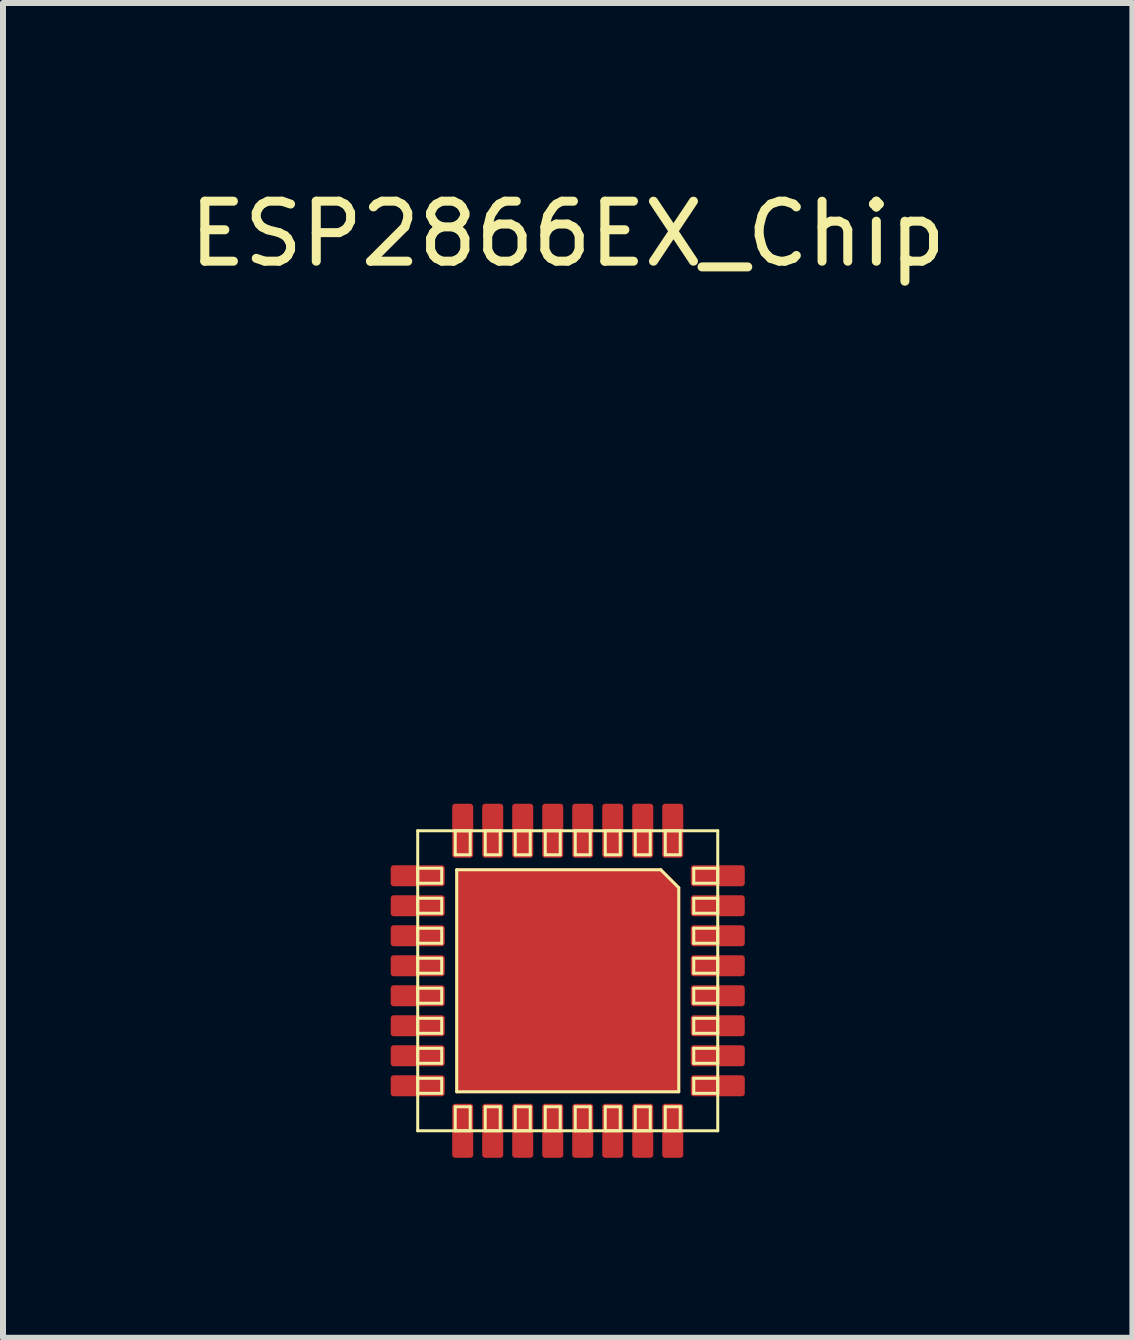
<source format=kicad_pcb>
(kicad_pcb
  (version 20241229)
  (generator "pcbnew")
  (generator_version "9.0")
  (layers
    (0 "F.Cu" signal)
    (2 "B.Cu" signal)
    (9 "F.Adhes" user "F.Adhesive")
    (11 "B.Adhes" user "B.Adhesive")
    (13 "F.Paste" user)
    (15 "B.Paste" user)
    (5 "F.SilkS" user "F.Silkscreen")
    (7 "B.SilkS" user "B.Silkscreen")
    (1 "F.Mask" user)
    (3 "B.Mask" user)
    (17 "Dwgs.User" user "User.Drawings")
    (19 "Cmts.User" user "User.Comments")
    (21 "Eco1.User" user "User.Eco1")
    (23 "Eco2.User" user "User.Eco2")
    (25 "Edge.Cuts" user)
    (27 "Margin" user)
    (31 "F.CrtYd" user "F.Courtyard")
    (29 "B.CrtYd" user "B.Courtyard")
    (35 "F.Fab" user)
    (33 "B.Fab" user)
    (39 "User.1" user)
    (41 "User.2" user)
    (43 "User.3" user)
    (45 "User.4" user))
  (footprint "ESP2866EX_Chip"
    (layer "F.Cu")
    (at 6.411 13.294)
    (property "Reference" "ESP2866EX_Chip" (at 0 -12.446 0) (layer "F.SilkS") (effects (font (size 1 1) (thickness 0.15))))
    (attr through_hole)
    (fp_poly (pts (xy -2.1 -1.875) (xy -2.1 -1.625) (xy -2.9 -1.625) (xy -2.9 -1.875)) (stroke (width 0.1) (type solid)) (fill yes) (layer "F.Cu"))
    (fp_poly (pts (xy -2.1 -1.375) (xy -2.1 -1.125) (xy -2.9 -1.125) (xy -2.9 -1.375)) (stroke (width 0.1) (type solid)) (fill yes) (layer "F.Cu"))
    (fp_poly (pts (xy -2.1 -0.875) (xy -2.1 -0.625) (xy -2.9 -0.625) (xy -2.9 -0.875)) (stroke (width 0.1) (type solid)) (fill yes) (layer "F.Cu"))
    (fp_poly (pts (xy -2.1 -0.375) (xy -2.1 -0.125) (xy -2.9 -0.125) (xy -2.9 -0.375)) (stroke (width 0.1) (type solid)) (fill yes) (layer "F.Cu"))
    (fp_poly (pts (xy -2.1 0.125) (xy -2.1 0.375) (xy -2.9 0.375) (xy -2.9 0.125)) (stroke (width 0.1) (type solid)) (fill yes) (layer "F.Cu"))
    (fp_poly (pts (xy -2.1 0.625) (xy -2.1 0.875) (xy -2.9 0.875) (xy -2.9 0.625)) (stroke (width 0.1) (type solid)) (fill yes) (layer "F.Cu"))
    (fp_poly (pts (xy -2.1 1.125) (xy -2.1 1.375) (xy -2.9 1.375) (xy -2.9 1.125)) (stroke (width 0.1) (type solid)) (fill yes) (layer "F.Cu"))
    (fp_poly (pts (xy -2.1 1.625) (xy -2.1 1.875) (xy -2.9 1.875) (xy -2.9 1.625)) (stroke (width 0.1) (type solid)) (fill yes) (layer "F.Cu"))
    (fp_poly (pts (xy -1.625 -2.1) (xy -1.875 -2.1) (xy -1.875 -2.9) (xy -1.625 -2.9)) (stroke (width 0.1) (type solid)) (fill yes) (layer "F.Cu"))
    (fp_poly (pts (xy -1.625 2.9) (xy -1.875 2.9) (xy -1.875 2.1) (xy -1.625 2.1)) (stroke (width 0.1) (type solid)) (fill yes) (layer "F.Cu"))
    (fp_poly (pts (xy -1.125 -2.1) (xy -1.375 -2.1) (xy -1.375 -2.9) (xy -1.125 -2.9)) (stroke (width 0.1) (type solid)) (fill yes) (layer "F.Cu"))
    (fp_poly (pts (xy -1.125 2.9) (xy -1.375 2.9) (xy -1.375 2.1) (xy -1.125 2.1)) (stroke (width 0.1) (type solid)) (fill yes) (layer "F.Cu"))
    (fp_poly (pts (xy -0.625 -2.1) (xy -0.875 -2.1) (xy -0.875 -2.9) (xy -0.625 -2.9)) (stroke (width 0.1) (type solid)) (fill yes) (layer "F.Cu"))
    (fp_poly (pts (xy -0.625 2.9) (xy -0.875 2.9) (xy -0.875 2.1) (xy -0.625 2.1)) (stroke (width 0.1) (type solid)) (fill yes) (layer "F.Cu"))
    (fp_poly (pts (xy -0.125 -2.1) (xy -0.375 -2.1) (xy -0.375 -2.9) (xy -0.125 -2.9)) (stroke (width 0.1) (type solid)) (fill yes) (layer "F.Cu"))
    (fp_poly (pts (xy -0.125 2.9) (xy -0.375 2.9) (xy -0.375 2.1) (xy -0.125 2.1)) (stroke (width 0.1) (type solid)) (fill yes) (layer "F.Cu"))
    (fp_poly (pts (xy 0.375 -2.1) (xy 0.125 -2.1) (xy 0.125 -2.9) (xy 0.375 -2.9)) (stroke (width 0.1) (type solid)) (fill yes) (layer "F.Cu"))
    (fp_poly (pts (xy 0.375 2.9) (xy 0.125 2.9) (xy 0.125 2.1) (xy 0.375 2.1)) (stroke (width 0.1) (type solid)) (fill yes) (layer "F.Cu"))
    (fp_poly (pts (xy 0.875 -2.1) (xy 0.625 -2.1) (xy 0.625 -2.9) (xy 0.875 -2.9)) (stroke (width 0.1) (type solid)) (fill yes) (layer "F.Cu"))
    (fp_poly (pts (xy 0.875 2.9) (xy 0.625 2.9) (xy 0.625 2.1) (xy 0.875 2.1)) (stroke (width 0.1) (type solid)) (fill yes) (layer "F.Cu"))
    (fp_poly (pts (xy 1.375 -2.1) (xy 1.125 -2.1) (xy 1.125 -2.9) (xy 1.375 -2.9)) (stroke (width 0.1) (type solid)) (fill yes) (layer "F.Cu"))
    (fp_poly (pts (xy 1.375 2.9) (xy 1.125 2.9) (xy 1.125 2.1) (xy 1.375 2.1)) (stroke (width 0.1) (type solid)) (fill yes) (layer "F.Cu"))
    (fp_poly (pts (xy 1.875 -2.1) (xy 1.625 -2.1) (xy 1.625 -2.9) (xy 1.875 -2.9)) (stroke (width 0.1) (type solid)) (fill yes) (layer "F.Cu"))
    (fp_poly (pts (xy 1.875 2.9) (xy 1.625 2.9) (xy 1.625 2.1) (xy 1.875 2.1)) (stroke (width 0.1) (type solid)) (fill yes) (layer "F.Cu"))
    (fp_poly (pts (xy 2.9 -1.875) (xy 2.9 -1.625) (xy 2.1 -1.625) (xy 2.1 -1.875)) (stroke (width 0.1) (type solid)) (fill yes) (layer "F.Cu"))
    (fp_poly (pts (xy 2.9 -1.375) (xy 2.9 -1.125) (xy 2.1 -1.125) (xy 2.1 -1.375)) (stroke (width 0.1) (type solid)) (fill yes) (layer "F.Cu"))
    (fp_poly (pts (xy 2.9 -0.875) (xy 2.9 -0.625) (xy 2.1 -0.625) (xy 2.1 -0.875)) (stroke (width 0.1) (type solid)) (fill yes) (layer "F.Cu"))
    (fp_poly (pts (xy 2.9 -0.375) (xy 2.9 -0.125) (xy 2.1 -0.125) (xy 2.1 -0.375)) (stroke (width 0.1) (type solid)) (fill yes) (layer "F.Cu"))
    (fp_poly (pts (xy 2.9 0.125) (xy 2.9 0.375) (xy 2.1 0.375) (xy 2.1 0.125)) (stroke (width 0.1) (type solid)) (fill yes) (layer "F.Cu"))
    (fp_poly (pts (xy 2.9 0.625) (xy 2.9 0.875) (xy 2.1 0.875) (xy 2.1 0.625)) (stroke (width 0.1) (type solid)) (fill yes) (layer "F.Cu"))
    (fp_poly (pts (xy 2.9 1.125) (xy 2.9 1.375) (xy 2.1 1.375) (xy 2.1 1.125)) (stroke (width 0.1) (type solid)) (fill yes) (layer "F.Cu"))
    (fp_poly (pts (xy 2.9 1.625) (xy 2.9 1.875) (xy 2.1 1.875) (xy 2.1 1.625)) (stroke (width 0.1) (type solid)) (fill yes) (layer "F.Cu"))
    (fp_poly (pts (xy 1.85 -1.55) (xy 1.85 1.85) (xy -1.85 1.85) (xy -1.85 -1.85) (xy 1.55 -1.85)) (stroke (width 0.05) (type solid)) (fill yes) (layer "F.Cu"))
    (fp_line (start -2.5 -2.5) (end 2.5 -2.5) (stroke (width 0.05) (type solid)) (layer "F.SilkS"))
    (fp_line (start -2.5 -1.875) (end -2.1 -1.875) (stroke (width 0.05) (type solid)) (layer "F.SilkS"))
    (fp_line (start -2.5 -1.625) (end -2.5 -1.875) (stroke (width 0.05) (type solid)) (layer "F.SilkS"))
    (fp_line (start -2.5 -1.625) (end -2.1 -1.625) (stroke (width 0.05) (type solid)) (layer "F.SilkS"))
    (fp_line (start -2.5 -1.375) (end -2.1 -1.375) (stroke (width 0.05) (type solid)) (layer "F.SilkS"))
    (fp_line (start -2.5 -1.125) (end -2.5 -1.375) (stroke (width 0.05) (type solid)) (layer "F.SilkS"))
    (fp_line (start -2.5 -1.125) (end -2.1 -1.125) (stroke (width 0.05) (type solid)) (layer "F.SilkS"))
    (fp_line (start -2.5 -0.875) (end -2.1 -0.875) (stroke (width 0.05) (type solid)) (layer "F.SilkS"))
    (fp_line (start -2.5 -0.625) (end -2.5 -0.875) (stroke (width 0.05) (type solid)) (layer "F.SilkS"))
    (fp_line (start -2.5 -0.625) (end -2.1 -0.625) (stroke (width 0.05) (type solid)) (layer "F.SilkS"))
    (fp_line (start -2.5 -0.375) (end -2.1 -0.375) (stroke (width 0.05) (type solid)) (layer "F.SilkS"))
    (fp_line (start -2.5 -0.125) (end -2.5 -0.375) (stroke (width 0.05) (type solid)) (layer "F.SilkS"))
    (fp_line (start -2.5 -0.125) (end -2.1 -0.125) (stroke (width 0.05) (type solid)) (layer "F.SilkS"))
    (fp_line (start -2.5 0.125) (end -2.1 0.125) (stroke (width 0.05) (type solid)) (layer "F.SilkS"))
    (fp_line (start -2.5 0.375) (end -2.5 0.125) (stroke (width 0.05) (type solid)) (layer "F.SilkS"))
    (fp_line (start -2.5 0.375) (end -2.1 0.375) (stroke (width 0.05) (type solid)) (layer "F.SilkS"))
    (fp_line (start -2.5 0.625) (end -2.1 0.625) (stroke (width 0.05) (type solid)) (layer "F.SilkS"))
    (fp_line (start -2.5 0.875) (end -2.5 0.625) (stroke (width 0.05) (type solid)) (layer "F.SilkS"))
    (fp_line (start -2.5 0.875) (end -2.1 0.875) (stroke (width 0.05) (type solid)) (layer "F.SilkS"))
    (fp_line (start -2.5 1.125) (end -2.1 1.125) (stroke (width 0.05) (type solid)) (layer "F.SilkS"))
    (fp_line (start -2.5 1.375) (end -2.5 1.125) (stroke (width 0.05) (type solid)) (layer "F.SilkS"))
    (fp_line (start -2.5 1.375) (end -2.1 1.375) (stroke (width 0.05) (type solid)) (layer "F.SilkS"))
    (fp_line (start -2.5 1.625) (end -2.1 1.625) (stroke (width 0.05) (type solid)) (layer "F.SilkS"))
    (fp_line (start -2.5 1.875) (end -2.5 1.625) (stroke (width 0.05) (type solid)) (layer "F.SilkS"))
    (fp_line (start -2.5 1.875) (end -2.1 1.875) (stroke (width 0.05) (type solid)) (layer "F.SilkS"))
    (fp_line (start -2.5 2.5) (end -2.5 -2.5) (stroke (width 0.05) (type solid)) (layer "F.SilkS"))
    (fp_line (start -2.5 2.5) (end 2.5 2.5) (stroke (width 0.05) (type solid)) (layer "F.SilkS"))
    (fp_line (start -2.1 -1.625) (end -2.1 -1.875) (stroke (width 0.05) (type solid)) (layer "F.SilkS"))
    (fp_line (start -2.1 -1.125) (end -2.1 -1.375) (stroke (width 0.05) (type solid)) (layer "F.SilkS"))
    (fp_line (start -2.1 -0.625) (end -2.1 -0.875) (stroke (width 0.05) (type solid)) (layer "F.SilkS"))
    (fp_line (start -2.1 -0.125) (end -2.1 -0.375) (stroke (width 0.05) (type solid)) (layer "F.SilkS"))
    (fp_line (start -2.1 0.375) (end -2.1 0.125) (stroke (width 0.05) (type solid)) (layer "F.SilkS"))
    (fp_line (start -2.1 0.875) (end -2.1 0.625) (stroke (width 0.05) (type solid)) (layer "F.SilkS"))
    (fp_line (start -2.1 1.375) (end -2.1 1.125) (stroke (width 0.05) (type solid)) (layer "F.SilkS"))
    (fp_line (start -2.1 1.875) (end -2.1 1.625) (stroke (width 0.05) (type solid)) (layer "F.SilkS"))
    (fp_line (start -1.875 -2.5) (end -1.875 -2.1) (stroke (width 0.05) (type solid)) (layer "F.SilkS"))
    (fp_line (start -1.875 -2.5) (end -1.625 -2.5) (stroke (width 0.05) (type solid)) (layer "F.SilkS"))
    (fp_line (start -1.875 -2.1) (end -1.625 -2.1) (stroke (width 0.05) (type solid)) (layer "F.SilkS"))
    (fp_line (start -1.875 2.5) (end -1.875 2.1) (stroke (width 0.05) (type solid)) (layer "F.SilkS"))
    (fp_line (start -1.85 -1.85) (end 1.55 -1.85) (stroke (width 0.05) (type solid)) (layer "F.SilkS"))
    (fp_line (start -1.85 1.85) (end -1.85 -1.85) (stroke (width 0.05) (type solid)) (layer "F.SilkS"))
    (fp_line (start -1.85 1.85) (end 1.85 1.85) (stroke (width 0.05) (type solid)) (layer "F.SilkS"))
    (fp_line (start -1.625 -2.5) (end -1.625 -2.1) (stroke (width 0.05) (type solid)) (layer "F.SilkS"))
    (fp_line (start -1.625 2.1) (end -1.875 2.1) (stroke (width 0.05) (type solid)) (layer "F.SilkS"))
    (fp_line (start -1.625 2.5) (end -1.875 2.5) (stroke (width 0.05) (type solid)) (layer "F.SilkS"))
    (fp_line (start -1.625 2.5) (end -1.625 2.1) (stroke (width 0.05) (type solid)) (layer "F.SilkS"))
    (fp_line (start -1.375 -2.5) (end -1.375 -2.1) (stroke (width 0.05) (type solid)) (layer "F.SilkS"))
    (fp_line (start -1.375 -2.5) (end -1.125 -2.5) (stroke (width 0.05) (type solid)) (layer "F.SilkS"))
    (fp_line (start -1.375 -2.1) (end -1.125 -2.1) (stroke (width 0.05) (type solid)) (layer "F.SilkS"))
    (fp_line (start -1.375 2.5) (end -1.375 2.1) (stroke (width 0.05) (type solid)) (layer "F.SilkS"))
    (fp_line (start -1.125 -2.5) (end -1.125 -2.1) (stroke (width 0.05) (type solid)) (layer "F.SilkS"))
    (fp_line (start -1.125 2.1) (end -1.375 2.1) (stroke (width 0.05) (type solid)) (layer "F.SilkS"))
    (fp_line (start -1.125 2.5) (end -1.375 2.5) (stroke (width 0.05) (type solid)) (layer "F.SilkS"))
    (fp_line (start -1.125 2.5) (end -1.125 2.1) (stroke (width 0.05) (type solid)) (layer "F.SilkS"))
    (fp_line (start -0.875 -2.5) (end -0.875 -2.1) (stroke (width 0.05) (type solid)) (layer "F.SilkS"))
    (fp_line (start -0.875 -2.5) (end -0.625 -2.5) (stroke (width 0.05) (type solid)) (layer "F.SilkS"))
    (fp_line (start -0.875 -2.1) (end -0.625 -2.1) (stroke (width 0.05) (type solid)) (layer "F.SilkS"))
    (fp_line (start -0.875 2.5) (end -0.875 2.1) (stroke (width 0.05) (type solid)) (layer "F.SilkS"))
    (fp_line (start -0.625 -2.5) (end -0.625 -2.1) (stroke (width 0.05) (type solid)) (layer "F.SilkS"))
    (fp_line (start -0.625 2.1) (end -0.875 2.1) (stroke (width 0.05) (type solid)) (layer "F.SilkS"))
    (fp_line (start -0.625 2.5) (end -0.875 2.5) (stroke (width 0.05) (type solid)) (layer "F.SilkS"))
    (fp_line (start -0.625 2.5) (end -0.625 2.1) (stroke (width 0.05) (type solid)) (layer "F.SilkS"))
    (fp_line (start -0.375 -2.5) (end -0.375 -2.1) (stroke (width 0.05) (type solid)) (layer "F.SilkS"))
    (fp_line (start -0.375 -2.5) (end -0.125 -2.5) (stroke (width 0.05) (type solid)) (layer "F.SilkS"))
    (fp_line (start -0.375 -2.1) (end -0.125 -2.1) (stroke (width 0.05) (type solid)) (layer "F.SilkS"))
    (fp_line (start -0.375 2.5) (end -0.375 2.1) (stroke (width 0.05) (type solid)) (layer "F.SilkS"))
    (fp_line (start -0.125 -2.5) (end -0.125 -2.1) (stroke (width 0.05) (type solid)) (layer "F.SilkS"))
    (fp_line (start -0.125 2.1) (end -0.375 2.1) (stroke (width 0.05) (type solid)) (layer "F.SilkS"))
    (fp_line (start -0.125 2.5) (end -0.375 2.5) (stroke (width 0.05) (type solid)) (layer "F.SilkS"))
    (fp_line (start -0.125 2.5) (end -0.125 2.1) (stroke (width 0.05) (type solid)) (layer "F.SilkS"))
    (fp_line (start 0.125 -2.5) (end 0.125 -2.1) (stroke (width 0.05) (type solid)) (layer "F.SilkS"))
    (fp_line (start 0.125 -2.5) (end 0.375 -2.5) (stroke (width 0.05) (type solid)) (layer "F.SilkS"))
    (fp_line (start 0.125 -2.1) (end 0.375 -2.1) (stroke (width 0.05) (type solid)) (layer "F.SilkS"))
    (fp_line (start 0.125 2.5) (end 0.125 2.1) (stroke (width 0.05) (type solid)) (layer "F.SilkS"))
    (fp_line (start 0.375 -2.5) (end 0.375 -2.1) (stroke (width 0.05) (type solid)) (layer "F.SilkS"))
    (fp_line (start 0.375 2.1) (end 0.125 2.1) (stroke (width 0.05) (type solid)) (layer "F.SilkS"))
    (fp_line (start 0.375 2.5) (end 0.125 2.5) (stroke (width 0.05) (type solid)) (layer "F.SilkS"))
    (fp_line (start 0.375 2.5) (end 0.375 2.1) (stroke (width 0.05) (type solid)) (layer "F.SilkS"))
    (fp_line (start 0.625 -2.5) (end 0.625 -2.1) (stroke (width 0.05) (type solid)) (layer "F.SilkS"))
    (fp_line (start 0.625 -2.5) (end 0.875 -2.5) (stroke (width 0.05) (type solid)) (layer "F.SilkS"))
    (fp_line (start 0.625 -2.1) (end 0.875 -2.1) (stroke (width 0.05) (type solid)) (layer "F.SilkS"))
    (fp_line (start 0.625 2.5) (end 0.625 2.1) (stroke (width 0.05) (type solid)) (layer "F.SilkS"))
    (fp_line (start 0.875 -2.5) (end 0.875 -2.1) (stroke (width 0.05) (type solid)) (layer "F.SilkS"))
    (fp_line (start 0.875 2.1) (end 0.625 2.1) (stroke (width 0.05) (type solid)) (layer "F.SilkS"))
    (fp_line (start 0.875 2.5) (end 0.625 2.5) (stroke (width 0.05) (type solid)) (layer "F.SilkS"))
    (fp_line (start 0.875 2.5) (end 0.875 2.1) (stroke (width 0.05) (type solid)) (layer "F.SilkS"))
    (fp_line (start 1.125 -2.5) (end 1.125 -2.1) (stroke (width 0.05) (type solid)) (layer "F.SilkS"))
    (fp_line (start 1.125 -2.5) (end 1.375 -2.5) (stroke (width 0.05) (type solid)) (layer "F.SilkS"))
    (fp_line (start 1.125 -2.1) (end 1.375 -2.1) (stroke (width 0.05) (type solid)) (layer "F.SilkS"))
    (fp_line (start 1.125 2.5) (end 1.125 2.1) (stroke (width 0.05) (type solid)) (layer "F.SilkS"))
    (fp_line (start 1.375 -2.5) (end 1.375 -2.1) (stroke (width 0.05) (type solid)) (layer "F.SilkS"))
    (fp_line (start 1.375 2.1) (end 1.125 2.1) (stroke (width 0.05) (type solid)) (layer "F.SilkS"))
    (fp_line (start 1.375 2.5) (end 1.125 2.5) (stroke (width 0.05) (type solid)) (layer "F.SilkS"))
    (fp_line (start 1.375 2.5) (end 1.375 2.1) (stroke (width 0.05) (type solid)) (layer "F.SilkS"))
    (fp_line (start 1.55 -1.85) (end 1.85 -1.55) (stroke (width 0.05) (type solid)) (layer "F.SilkS"))
    (fp_line (start 1.625 -2.5) (end 1.625 -2.1) (stroke (width 0.05) (type solid)) (layer "F.SilkS"))
    (fp_line (start 1.625 -2.5) (end 1.875 -2.5) (stroke (width 0.05) (type solid)) (layer "F.SilkS"))
    (fp_line (start 1.625 -2.1) (end 1.875 -2.1) (stroke (width 0.05) (type solid)) (layer "F.SilkS"))
    (fp_line (start 1.625 2.5) (end 1.625 2.1) (stroke (width 0.05) (type solid)) (layer "F.SilkS"))
    (fp_line (start 1.85 1.85) (end 1.85 -1.55) (stroke (width 0.05) (type solid)) (layer "F.SilkS"))
    (fp_line (start 1.875 -2.5) (end 1.875 -2.1) (stroke (width 0.05) (type solid)) (layer "F.SilkS"))
    (fp_line (start 1.875 2.1) (end 1.625 2.1) (stroke (width 0.05) (type solid)) (layer "F.SilkS"))
    (fp_line (start 1.875 2.5) (end 1.625 2.5) (stroke (width 0.05) (type solid)) (layer "F.SilkS"))
    (fp_line (start 1.875 2.5) (end 1.875 2.1) (stroke (width 0.05) (type solid)) (layer "F.SilkS"))
    (fp_line (start 2.1 -1.875) (end 2.1 -1.625) (stroke (width 0.05) (type solid)) (layer "F.SilkS"))
    (fp_line (start 2.1 -1.375) (end 2.1 -1.125) (stroke (width 0.05) (type solid)) (layer "F.SilkS"))
    (fp_line (start 2.1 -0.875) (end 2.1 -0.625) (stroke (width 0.05) (type solid)) (layer "F.SilkS"))
    (fp_line (start 2.1 -0.375) (end 2.1 -0.125) (stroke (width 0.05) (type solid)) (layer "F.SilkS"))
    (fp_line (start 2.1 0.125) (end 2.1 0.375) (stroke (width 0.05) (type solid)) (layer "F.SilkS"))
    (fp_line (start 2.1 0.625) (end 2.1 0.875) (stroke (width 0.05) (type solid)) (layer "F.SilkS"))
    (fp_line (start 2.1 1.125) (end 2.1 1.375) (stroke (width 0.05) (type solid)) (layer "F.SilkS"))
    (fp_line (start 2.1 1.625) (end 2.1 1.875) (stroke (width 0.05) (type solid)) (layer "F.SilkS"))
    (fp_line (start 2.5 -1.875) (end 2.1 -1.875) (stroke (width 0.05) (type solid)) (layer "F.SilkS"))
    (fp_line (start 2.5 -1.875) (end 2.5 -1.625) (stroke (width 0.05) (type solid)) (layer "F.SilkS"))
    (fp_line (start 2.5 -1.625) (end 2.1 -1.625) (stroke (width 0.05) (type solid)) (layer "F.SilkS"))
    (fp_line (start 2.5 -1.375) (end 2.1 -1.375) (stroke (width 0.05) (type solid)) (layer "F.SilkS"))
    (fp_line (start 2.5 -1.375) (end 2.5 -1.125) (stroke (width 0.05) (type solid)) (layer "F.SilkS"))
    (fp_line (start 2.5 -1.125) (end 2.1 -1.125) (stroke (width 0.05) (type solid)) (layer "F.SilkS"))
    (fp_line (start 2.5 -0.875) (end 2.1 -0.875) (stroke (width 0.05) (type solid)) (layer "F.SilkS"))
    (fp_line (start 2.5 -0.875) (end 2.5 -0.625) (stroke (width 0.05) (type solid)) (layer "F.SilkS"))
    (fp_line (start 2.5 -0.625) (end 2.1 -0.625) (stroke (width 0.05) (type solid)) (layer "F.SilkS"))
    (fp_line (start 2.5 -0.375) (end 2.1 -0.375) (stroke (width 0.05) (type solid)) (layer "F.SilkS"))
    (fp_line (start 2.5 -0.375) (end 2.5 -0.125) (stroke (width 0.05) (type solid)) (layer "F.SilkS"))
    (fp_line (start 2.5 -0.125) (end 2.1 -0.125) (stroke (width 0.05) (type solid)) (layer "F.SilkS"))
    (fp_line (start 2.5 0.125) (end 2.1 0.125) (stroke (width 0.05) (type solid)) (layer "F.SilkS"))
    (fp_line (start 2.5 0.125) (end 2.5 0.375) (stroke (width 0.05) (type solid)) (layer "F.SilkS"))
    (fp_line (start 2.5 0.375) (end 2.1 0.375) (stroke (width 0.05) (type solid)) (layer "F.SilkS"))
    (fp_line (start 2.5 0.625) (end 2.1 0.625) (stroke (width 0.05) (type solid)) (layer "F.SilkS"))
    (fp_line (start 2.5 0.625) (end 2.5 0.875) (stroke (width 0.05) (type solid)) (layer "F.SilkS"))
    (fp_line (start 2.5 0.875) (end 2.1 0.875) (stroke (width 0.05) (type solid)) (layer "F.SilkS"))
    (fp_line (start 2.5 1.125) (end 2.1 1.125) (stroke (width 0.05) (type solid)) (layer "F.SilkS"))
    (fp_line (start 2.5 1.125) (end 2.5 1.375) (stroke (width 0.05) (type solid)) (layer "F.SilkS"))
    (fp_line (start 2.5 1.375) (end 2.1 1.375) (stroke (width 0.05) (type solid)) (layer "F.SilkS"))
    (fp_line (start 2.5 1.625) (end 2.1 1.625) (stroke (width 0.05) (type solid)) (layer "F.SilkS"))
    (fp_line (start 2.5 1.625) (end 2.5 1.875) (stroke (width 0.05) (type solid)) (layer "F.SilkS"))
    (fp_line (start 2.5 1.875) (end 2.1 1.875) (stroke (width 0.05) (type solid)) (layer "F.SilkS"))
    (fp_line (start 2.5 2.5) (end 2.5 -2.5) (stroke (width 0.05) (type solid)) (layer "F.SilkS"))
    (pad "1" smd rect (at -2.5 -1.75 90) (size 0.25 0.8) (layers "F.Cu" "F.Mask" "F.Paste"))
    (pad "2" smd rect (at -2.5 -1.25 90) (size 0.25 0.8) (layers "F.Cu" "F.Mask" "F.Paste"))
    (pad "3" smd rect (at -2.5 -0.75 90) (size 0.25 0.8) (layers "F.Cu" "F.Mask" "F.Paste"))
    (pad "4" smd rect (at -2.5 -0.25 90) (size 0.25 0.8) (layers "F.Cu" "F.Mask" "F.Paste"))
    (pad "5" smd rect (at -2.5 0.25 90) (size 0.25 0.8) (layers "F.Cu" "F.Mask" "F.Paste"))
    (pad "6" smd rect (at -2.5 0.75 90) (size 0.25 0.8) (layers "F.Cu" "F.Mask" "F.Paste"))
    (pad "7" smd rect (at -2.5 1.25 90) (size 0.25 0.8) (layers "F.Cu" "F.Mask" "F.Paste"))
    (pad "8" smd rect (at -2.5 1.75 90) (size 0.25 0.8) (layers "F.Cu" "F.Mask" "F.Paste"))
    (pad "9" smd rect (at -1.75 2.5 180) (size 0.25 0.8) (layers "F.Cu" "F.Mask" "F.Paste"))
    (pad "10" smd rect (at -1.25 2.5 180) (size 0.25 0.8) (layers "F.Cu" "F.Mask" "F.Paste"))
    (pad "11" smd rect (at -0.75 2.5 180) (size 0.25 0.8) (layers "F.Cu" "F.Mask" "F.Paste"))
    (pad "12" smd rect (at -0.25 2.5 180) (size 0.25 0.8) (layers "F.Cu" "F.Mask" "F.Paste"))
    (pad "13" smd rect (at 0.25 2.5 180) (size 0.25 0.8) (layers "F.Cu" "F.Mask" "F.Paste"))
    (pad "14" smd rect (at 0.75 2.5 180) (size 0.25 0.8) (layers "F.Cu" "F.Mask" "F.Paste"))
    (pad "15" smd rect (at 1.25 2.5 180) (size 0.25 0.8) (layers "F.Cu" "F.Mask" "F.Paste"))
    (pad "16" smd rect (at 1.75 2.5 180) (size 0.25 0.8) (layers "F.Cu" "F.Mask" "F.Paste"))
    (pad "17" smd rect (at 2.5 1.75 270) (size 0.25 0.8) (layers "F.Cu" "F.Mask" "F.Paste"))
    (pad "18" smd rect (at 2.5 1.25 270) (size 0.25 0.8) (layers "F.Cu" "F.Mask" "F.Paste"))
    (pad "19" smd rect (at 2.5 0.75 270) (size 0.25 0.8) (layers "F.Cu" "F.Mask" "F.Paste"))
    (pad "20" smd rect (at 2.5 0.25 270) (size 0.25 0.8) (layers "F.Cu" "F.Mask" "F.Paste"))
    (pad "21" smd rect (at 2.5 -0.25 270) (size 0.25 0.8) (layers "F.Cu" "F.Mask" "F.Paste"))
    (pad "22" smd rect (at 2.5 -0.75 270) (size 0.25 0.8) (layers "F.Cu" "F.Mask" "F.Paste"))
    (pad "23" smd rect (at 2.5 -1.25 270) (size 0.25 0.8) (layers "F.Cu" "F.Mask" "F.Paste"))
    (pad "24" smd rect (at 2.5 -1.75 270) (size 0.25 0.8) (layers "F.Cu" "F.Mask" "F.Paste"))
    (pad "25" smd rect (at 1.75 -2.5) (size 0.25 0.8) (layers "F.Cu" "F.Mask" "F.Paste"))
    (pad "26" smd rect (at 1.25 -2.5) (size 0.25 0.8) (layers "F.Cu" "F.Mask" "F.Paste"))
    (pad "27" smd rect (at 0.75 -2.5) (size 0.25 0.8) (layers "F.Cu" "F.Mask" "F.Paste"))
    (pad "28" smd rect (at 0.25 -2.5) (size 0.25 0.8) (layers "F.Cu" "F.Mask" "F.Paste"))
    (pad "29" smd rect (at -0.25 -2.5) (size 0.25 0.8) (layers "F.Cu" "F.Mask" "F.Paste"))
    (pad "30" smd rect (at -0.75 -2.5) (size 0.25 0.8) (layers "F.Cu" "F.Mask" "F.Paste"))
    (pad "31" smd rect (at -1.25 -2.5) (size 0.25 0.8) (layers "F.Cu" "F.Mask" "F.Paste"))
    (pad "32" smd rect (at -1.75 -2.5) (size 0.25 0.8) (layers "F.Cu" "F.Mask" "F.Paste"))
    (pad "33" smd rect (at 0 0 90) (size 1.5 1.5) (layers "F.Cu" "F.Mask" "F.Paste")))
  (gr_rect
    (start -3 -3)
    (end 15.821 19.244)
    (stroke (width 0.1) (type default))
    (fill no)
    (layer "Edge.Cuts")))
</source>
